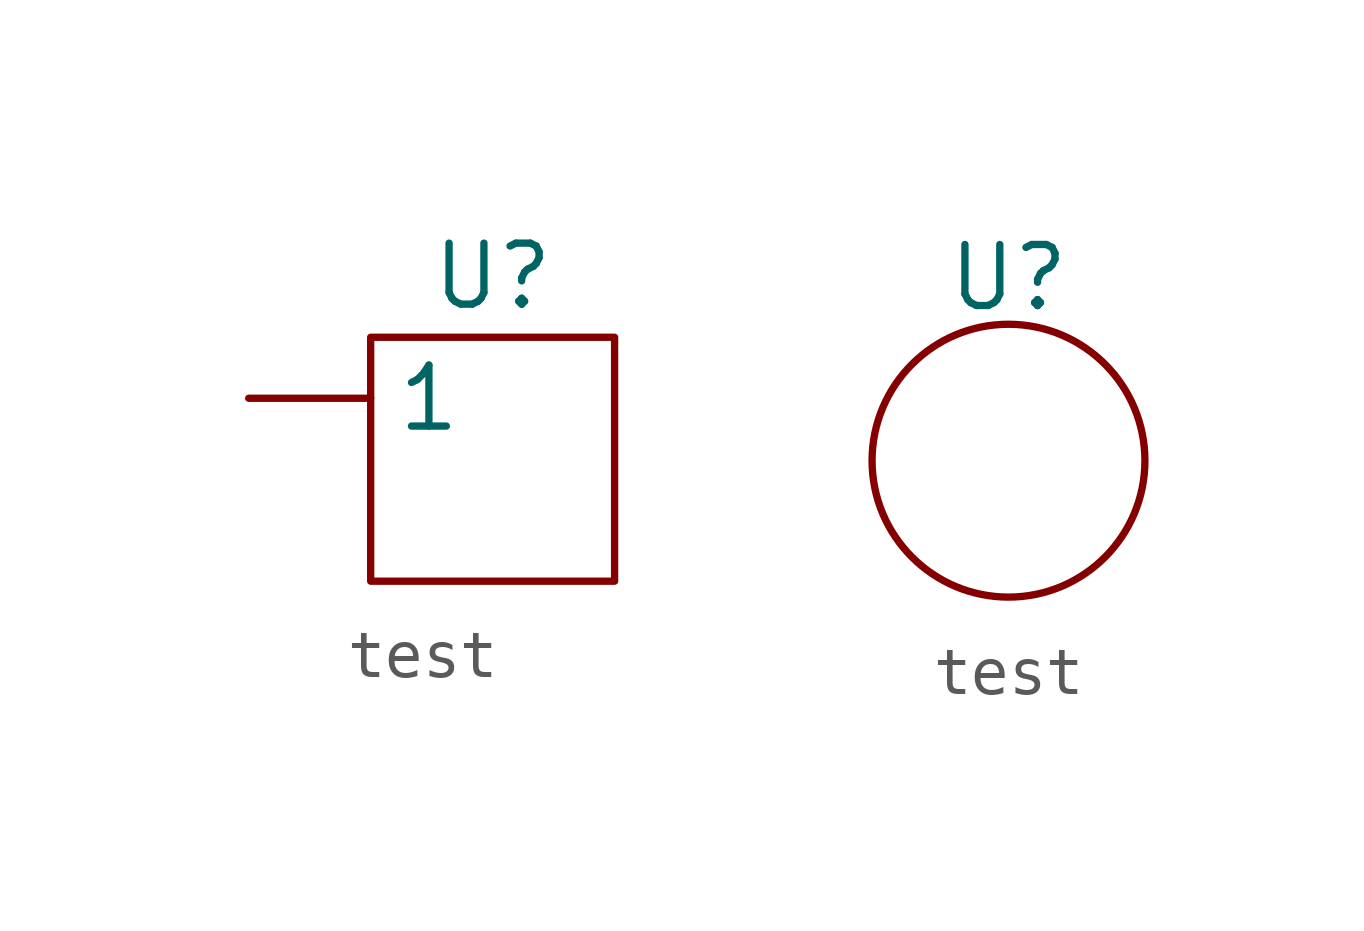
<source format=kicad_sym>
(kicad_symbol_lib
  (version 20231120)
  (generator "kicad_symbol_editor")
  (generator_version "8.0")
  (symbol "test"
    (property "Reference" "U"
      (at 0 3.81 0)
      (effects (font (size 1.27 1.27))))
    (property "Value" ""
      (at 0 0 0)
      (effects (font (size 1.27 1.27))))
    (symbol "test_0_1"
      (rectangle (start -2.54 2.54) (end 2.54 -2.54) (stroke (width 0) (type default)) (fill (type none))))
    (symbol "test_0_2"
      (circle (center 0 0) (radius 2.84) (stroke (width 0) (type default)) (fill (type none))))
    (symbol "test_1_1"
      (pin input line (at -5.08 1.27 0) (length 2.54) (name "1" (effects (font (size 1.27 1.27)))) (number "" (effects (font (size 1.27 1.27))))))))
</source>
